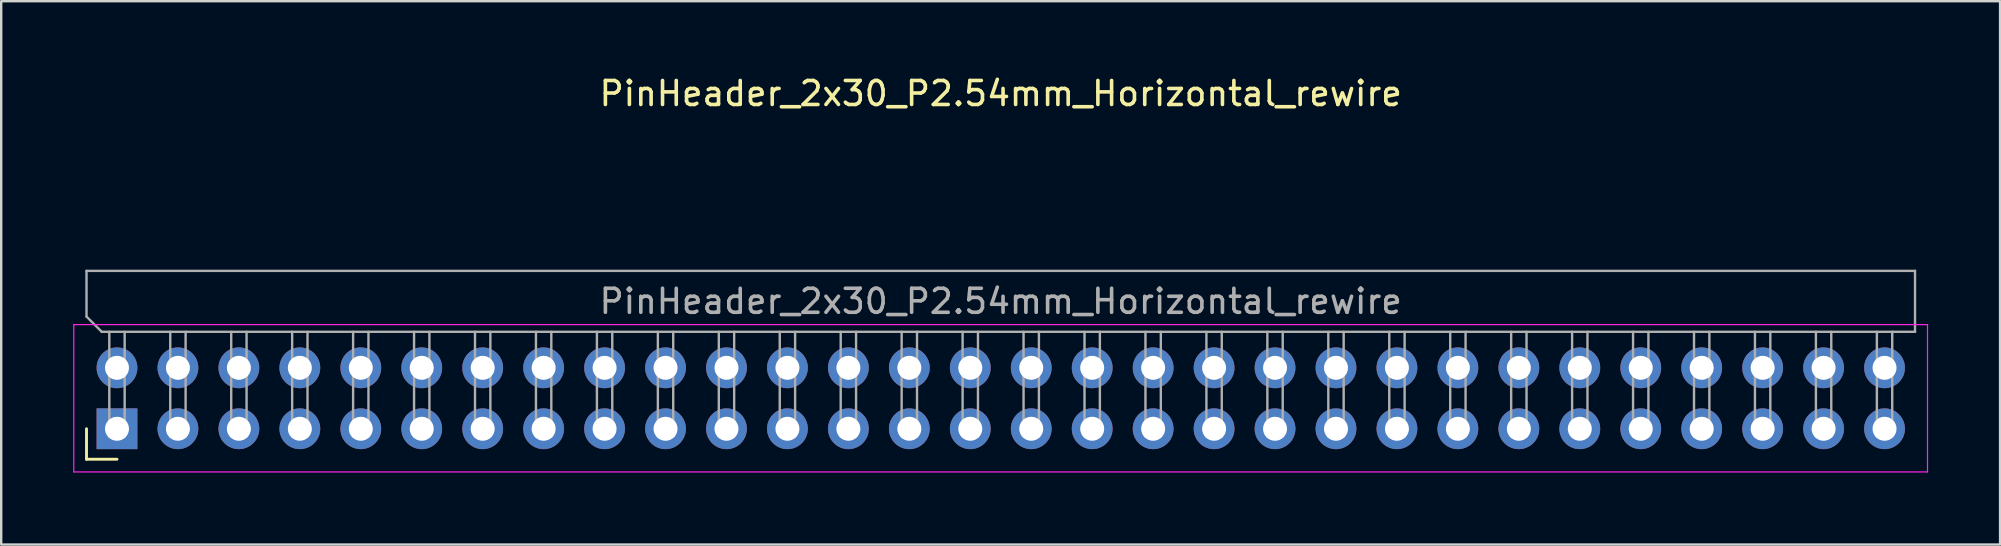
<source format=kicad_pcb>
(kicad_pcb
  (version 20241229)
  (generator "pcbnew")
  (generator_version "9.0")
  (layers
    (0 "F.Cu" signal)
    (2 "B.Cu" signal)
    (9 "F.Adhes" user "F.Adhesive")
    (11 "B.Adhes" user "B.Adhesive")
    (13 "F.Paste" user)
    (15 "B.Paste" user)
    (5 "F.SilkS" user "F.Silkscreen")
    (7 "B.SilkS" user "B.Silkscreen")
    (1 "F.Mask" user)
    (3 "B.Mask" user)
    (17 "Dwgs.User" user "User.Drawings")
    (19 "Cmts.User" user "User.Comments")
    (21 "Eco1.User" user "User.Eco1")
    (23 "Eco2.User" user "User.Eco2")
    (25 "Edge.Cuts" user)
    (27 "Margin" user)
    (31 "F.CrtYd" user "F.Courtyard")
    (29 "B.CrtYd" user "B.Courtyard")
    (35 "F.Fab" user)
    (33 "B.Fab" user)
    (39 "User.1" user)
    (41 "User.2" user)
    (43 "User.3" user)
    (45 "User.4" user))
  (footprint "PinHeader_2x30_P2.54mm_Horizontal_rewire"
    (layer "F.Cu")
    (at 38.655 13.548)
    (property "Reference" "PinHeader_2x30_P2.54mm_Horizontal_rewire" (at 0 -12.7 180) (layer "F.SilkS") (effects (font (size 1 1) (thickness 0.15))))
    (attr through_hole)
    (fp_line (start -38.1 2.54) (end -38.1 1.27) (stroke (width 0.12) (type solid)) (layer "F.SilkS"))
    (fp_line (start -36.83 2.54) (end -38.1 2.54) (stroke (width 0.12) (type solid)) (layer "F.SilkS"))
    (fp_line (start -38.63 -3.07) (end -38.63 3.07) (stroke (width 0.05) (type solid)) (layer "F.CrtYd"))
    (fp_line (start -38.63 3.07) (end 38.62 3.07) (stroke (width 0.05) (type solid)) (layer "F.CrtYd"))
    (fp_line (start 38.62 -3.07) (end -38.63 -3.07) (stroke (width 0.05) (type solid)) (layer "F.CrtYd"))
    (fp_line (start 38.62 3.07) (end 38.62 -3.07) (stroke (width 0.05) (type solid)) (layer "F.CrtYd"))
    (fp_line (start -38.1 -5.31) (end 38.1 -5.31) (stroke (width 0.1) (type solid)) (layer "F.Fab"))
    (fp_line (start -38.1 -3.405) (end -38.1 -5.31) (stroke (width 0.1) (type solid)) (layer "F.Fab"))
    (fp_line (start -37.465 -2.77) (end -38.1 -3.405) (stroke (width 0.1) (type solid)) (layer "F.Fab"))
    (fp_line (start -37.15 1.59) (end -37.15 -2.77) (stroke (width 0.1) (type solid)) (layer "F.Fab"))
    (fp_line (start -37.15 1.59) (end -36.51 1.59) (stroke (width 0.1) (type solid)) (layer "F.Fab"))
    (fp_line (start -36.51 1.59) (end -36.51 -2.77) (stroke (width 0.1) (type solid)) (layer "F.Fab"))
    (fp_line (start -34.61 1.59) (end -34.61 -2.77) (stroke (width 0.1) (type solid)) (layer "F.Fab"))
    (fp_line (start -34.61 1.59) (end -33.97 1.59) (stroke (width 0.1) (type solid)) (layer "F.Fab"))
    (fp_line (start -33.97 1.59) (end -33.97 -2.77) (stroke (width 0.1) (type solid)) (layer "F.Fab"))
    (fp_line (start -32.07 1.59) (end -32.07 -2.77) (stroke (width 0.1) (type solid)) (layer "F.Fab"))
    (fp_line (start -32.07 1.59) (end -31.43 1.59) (stroke (width 0.1) (type solid)) (layer "F.Fab"))
    (fp_line (start -31.43 1.59) (end -31.43 -2.77) (stroke (width 0.1) (type solid)) (layer "F.Fab"))
    (fp_line (start -29.53 1.59) (end -29.53 -2.77) (stroke (width 0.1) (type solid)) (layer "F.Fab"))
    (fp_line (start -29.53 1.59) (end -28.89 1.59) (stroke (width 0.1) (type solid)) (layer "F.Fab"))
    (fp_line (start -28.89 1.59) (end -28.89 -2.77) (stroke (width 0.1) (type solid)) (layer "F.Fab"))
    (fp_line (start -26.99 1.59) (end -26.99 -2.77) (stroke (width 0.1) (type solid)) (layer "F.Fab"))
    (fp_line (start -26.99 1.59) (end -26.35 1.59) (stroke (width 0.1) (type solid)) (layer "F.Fab"))
    (fp_line (start -26.35 1.59) (end -26.35 -2.77) (stroke (width 0.1) (type solid)) (layer "F.Fab"))
    (fp_line (start -24.45 1.59) (end -24.45 -2.77) (stroke (width 0.1) (type solid)) (layer "F.Fab"))
    (fp_line (start -24.45 1.59) (end -23.81 1.59) (stroke (width 0.1) (type solid)) (layer "F.Fab"))
    (fp_line (start -23.81 1.59) (end -23.81 -2.77) (stroke (width 0.1) (type solid)) (layer "F.Fab"))
    (fp_line (start -21.91 1.59) (end -21.91 -2.77) (stroke (width 0.1) (type solid)) (layer "F.Fab"))
    (fp_line (start -21.91 1.59) (end -21.27 1.59) (stroke (width 0.1) (type solid)) (layer "F.Fab"))
    (fp_line (start -21.27 1.59) (end -21.27 -2.77) (stroke (width 0.1) (type solid)) (layer "F.Fab"))
    (fp_line (start -19.37 1.59) (end -19.37 -2.77) (stroke (width 0.1) (type solid)) (layer "F.Fab"))
    (fp_line (start -19.37 1.59) (end -18.73 1.59) (stroke (width 0.1) (type solid)) (layer "F.Fab"))
    (fp_line (start -18.73 1.59) (end -18.73 -2.77) (stroke (width 0.1) (type solid)) (layer "F.Fab"))
    (fp_line (start -16.83 1.59) (end -16.83 -2.77) (stroke (width 0.1) (type solid)) (layer "F.Fab"))
    (fp_line (start -16.83 1.59) (end -16.19 1.59) (stroke (width 0.1) (type solid)) (layer "F.Fab"))
    (fp_line (start -16.19 1.59) (end -16.19 -2.77) (stroke (width 0.1) (type solid)) (layer "F.Fab"))
    (fp_line (start -14.29 1.59) (end -14.29 -2.77) (stroke (width 0.1) (type solid)) (layer "F.Fab"))
    (fp_line (start -14.29 1.59) (end -13.65 1.59) (stroke (width 0.1) (type solid)) (layer "F.Fab"))
    (fp_line (start -13.65 1.59) (end -13.65 -2.77) (stroke (width 0.1) (type solid)) (layer "F.Fab"))
    (fp_line (start -11.75 1.59) (end -11.75 -2.77) (stroke (width 0.1) (type solid)) (layer "F.Fab"))
    (fp_line (start -11.75 1.59) (end -11.11 1.59) (stroke (width 0.1) (type solid)) (layer "F.Fab"))
    (fp_line (start -11.11 1.59) (end -11.11 -2.77) (stroke (width 0.1) (type solid)) (layer "F.Fab"))
    (fp_line (start -9.21 1.59) (end -9.21 -2.77) (stroke (width 0.1) (type solid)) (layer "F.Fab"))
    (fp_line (start -9.21 1.59) (end -8.57 1.59) (stroke (width 0.1) (type solid)) (layer "F.Fab"))
    (fp_line (start -8.57 1.59) (end -8.57 -2.77) (stroke (width 0.1) (type solid)) (layer "F.Fab"))
    (fp_line (start -6.67 1.59) (end -6.67 -2.77) (stroke (width 0.1) (type solid)) (layer "F.Fab"))
    (fp_line (start -6.67 1.59) (end -6.03 1.59) (stroke (width 0.1) (type solid)) (layer "F.Fab"))
    (fp_line (start -6.03 1.59) (end -6.03 -2.77) (stroke (width 0.1) (type solid)) (layer "F.Fab"))
    (fp_line (start -4.13 1.59) (end -4.13 -2.77) (stroke (width 0.1) (type solid)) (layer "F.Fab"))
    (fp_line (start -4.13 1.59) (end -3.49 1.59) (stroke (width 0.1) (type solid)) (layer "F.Fab"))
    (fp_line (start -3.49 1.59) (end -3.49 -2.77) (stroke (width 0.1) (type solid)) (layer "F.Fab"))
    (fp_line (start -1.59 1.59) (end -1.59 -2.77) (stroke (width 0.1) (type solid)) (layer "F.Fab"))
    (fp_line (start -1.59 1.59) (end -0.95 1.59) (stroke (width 0.1) (type solid)) (layer "F.Fab"))
    (fp_line (start -0.95 1.59) (end -0.95 -2.77) (stroke (width 0.1) (type solid)) (layer "F.Fab"))
    (fp_line (start 0.95 1.59) (end 0.95 -2.77) (stroke (width 0.1) (type solid)) (layer "F.Fab"))
    (fp_line (start 0.95 1.59) (end 1.59 1.59) (stroke (width 0.1) (type solid)) (layer "F.Fab"))
    (fp_line (start 1.59 1.59) (end 1.59 -2.77) (stroke (width 0.1) (type solid)) (layer "F.Fab"))
    (fp_line (start 3.49 1.59) (end 3.49 -2.77) (stroke (width 0.1) (type solid)) (layer "F.Fab"))
    (fp_line (start 3.49 1.59) (end 4.13 1.59) (stroke (width 0.1) (type solid)) (layer "F.Fab"))
    (fp_line (start 4.13 1.59) (end 4.13 -2.77) (stroke (width 0.1) (type solid)) (layer "F.Fab"))
    (fp_line (start 6.03 1.59) (end 6.03 -2.77) (stroke (width 0.1) (type solid)) (layer "F.Fab"))
    (fp_line (start 6.03 1.59) (end 6.67 1.59) (stroke (width 0.1) (type solid)) (layer "F.Fab"))
    (fp_line (start 6.67 1.59) (end 6.67 -2.77) (stroke (width 0.1) (type solid)) (layer "F.Fab"))
    (fp_line (start 8.57 1.59) (end 8.57 -2.77) (stroke (width 0.1) (type solid)) (layer "F.Fab"))
    (fp_line (start 8.57 1.59) (end 9.21 1.59) (stroke (width 0.1) (type solid)) (layer "F.Fab"))
    (fp_line (start 9.21 1.59) (end 9.21 -2.77) (stroke (width 0.1) (type solid)) (layer "F.Fab"))
    (fp_line (start 11.11 1.59) (end 11.11 -2.77) (stroke (width 0.1) (type solid)) (layer "F.Fab"))
    (fp_line (start 11.11 1.59) (end 11.75 1.59) (stroke (width 0.1) (type solid)) (layer "F.Fab"))
    (fp_line (start 11.75 1.59) (end 11.75 -2.77) (stroke (width 0.1) (type solid)) (layer "F.Fab"))
    (fp_line (start 13.65 1.59) (end 13.65 -2.77) (stroke (width 0.1) (type solid)) (layer "F.Fab"))
    (fp_line (start 13.65 1.59) (end 14.29 1.59) (stroke (width 0.1) (type solid)) (layer "F.Fab"))
    (fp_line (start 14.29 1.59) (end 14.29 -2.77) (stroke (width 0.1) (type solid)) (layer "F.Fab"))
    (fp_line (start 16.19 1.59) (end 16.19 -2.77) (stroke (width 0.1) (type solid)) (layer "F.Fab"))
    (fp_line (start 16.19 1.59) (end 16.83 1.59) (stroke (width 0.1) (type solid)) (layer "F.Fab"))
    (fp_line (start 16.83 1.59) (end 16.83 -2.77) (stroke (width 0.1) (type solid)) (layer "F.Fab"))
    (fp_line (start 18.73 1.59) (end 18.73 -2.77) (stroke (width 0.1) (type solid)) (layer "F.Fab"))
    (fp_line (start 18.73 1.59) (end 19.37 1.59) (stroke (width 0.1) (type solid)) (layer "F.Fab"))
    (fp_line (start 19.37 1.59) (end 19.37 -2.77) (stroke (width 0.1) (type solid)) (layer "F.Fab"))
    (fp_line (start 21.27 1.59) (end 21.27 -2.77) (stroke (width 0.1) (type solid)) (layer "F.Fab"))
    (fp_line (start 21.27 1.59) (end 21.91 1.59) (stroke (width 0.1) (type solid)) (layer "F.Fab"))
    (fp_line (start 21.91 1.59) (end 21.91 -2.77) (stroke (width 0.1) (type solid)) (layer "F.Fab"))
    (fp_line (start 23.81 1.59) (end 23.81 -2.77) (stroke (width 0.1) (type solid)) (layer "F.Fab"))
    (fp_line (start 23.81 1.59) (end 24.45 1.59) (stroke (width 0.1) (type solid)) (layer "F.Fab"))
    (fp_line (start 24.45 1.59) (end 24.45 -2.77) (stroke (width 0.1) (type solid)) (layer "F.Fab"))
    (fp_line (start 26.35 1.59) (end 26.35 -2.77) (stroke (width 0.1) (type solid)) (layer "F.Fab"))
    (fp_line (start 26.35 1.59) (end 26.99 1.59) (stroke (width 0.1) (type solid)) (layer "F.Fab"))
    (fp_line (start 26.99 1.59) (end 26.99 -2.77) (stroke (width 0.1) (type solid)) (layer "F.Fab"))
    (fp_line (start 28.89 1.59) (end 28.89 -2.77) (stroke (width 0.1) (type solid)) (layer "F.Fab"))
    (fp_line (start 28.89 1.59) (end 29.53 1.59) (stroke (width 0.1) (type solid)) (layer "F.Fab"))
    (fp_line (start 29.53 1.59) (end 29.53 -2.77) (stroke (width 0.1) (type solid)) (layer "F.Fab"))
    (fp_line (start 31.43 1.59) (end 31.43 -2.77) (stroke (width 0.1) (type solid)) (layer "F.Fab"))
    (fp_line (start 31.43 1.59) (end 32.07 1.59) (stroke (width 0.1) (type solid)) (layer "F.Fab"))
    (fp_line (start 32.07 1.59) (end 32.07 -2.77) (stroke (width 0.1) (type solid)) (layer "F.Fab"))
    (fp_line (start 33.97 1.59) (end 33.97 -2.77) (stroke (width 0.1) (type solid)) (layer "F.Fab"))
    (fp_line (start 33.97 1.59) (end 34.61 1.59) (stroke (width 0.1) (type solid)) (layer "F.Fab"))
    (fp_line (start 34.61 1.59) (end 34.61 -2.77) (stroke (width 0.1) (type solid)) (layer "F.Fab"))
    (fp_line (start 36.51 1.59) (end 36.51 -2.77) (stroke (width 0.1) (type solid)) (layer "F.Fab"))
    (fp_line (start 36.51 1.59) (end 37.15 1.59) (stroke (width 0.1) (type solid)) (layer "F.Fab"))
    (fp_line (start 37.15 1.59) (end 37.15 -2.77) (stroke (width 0.1) (type solid)) (layer "F.Fab"))
    (fp_line (start 38.1 -5.31) (end 38.1 -2.77) (stroke (width 0.1) (type solid)) (layer "F.Fab"))
    (fp_line (start 38.1 -2.77) (end -37.465 -2.77) (stroke (width 0.1) (type solid)) (layer "F.Fab"))
    (fp_text user "${REFERENCE}" (at 0 -4.04 180) (layer "F.Fab") (effects (font (size 1 1) (thickness 0.15))))
    (pad "1" thru_hole rect (at -36.83 1.27 90) (size 1.7 1.7) (drill 1) (layers "*.Cu" "*.Mask"))
    (pad "2" thru_hole oval (at -34.29 1.27 90) (size 1.7 1.7) (drill 1) (layers "*.Cu" "*.Mask"))
    (pad "3" thru_hole oval (at -31.75 1.27 90) (size 1.7 1.7) (drill 1) (layers "*.Cu" "*.Mask"))
    (pad "4" thru_hole oval (at -29.21 1.27 90) (size 1.7 1.7) (drill 1) (layers "*.Cu" "*.Mask"))
    (pad "5" thru_hole oval (at -26.67 1.27 90) (size 1.7 1.7) (drill 1) (layers "*.Cu" "*.Mask"))
    (pad "6" thru_hole oval (at -24.13 1.27 90) (size 1.7 1.7) (drill 1) (layers "*.Cu" "*.Mask"))
    (pad "7" thru_hole oval (at -21.59 1.27 90) (size 1.7 1.7) (drill 1) (layers "*.Cu" "*.Mask"))
    (pad "8" thru_hole oval (at -19.05 1.27 90) (size 1.7 1.7) (drill 1) (layers "*.Cu" "*.Mask"))
    (pad "9" thru_hole oval (at -16.51 1.27 90) (size 1.7 1.7) (drill 1) (layers "*.Cu" "*.Mask"))
    (pad "10" thru_hole oval (at -13.97 1.27 90) (size 1.7 1.7) (drill 1) (layers "*.Cu" "*.Mask"))
    (pad "11" thru_hole oval (at -11.43 1.27 90) (size 1.7 1.7) (drill 1) (layers "*.Cu" "*.Mask"))
    (pad "12" thru_hole oval (at -8.89 1.27 90) (size 1.7 1.7) (drill 1) (layers "*.Cu" "*.Mask"))
    (pad "13" thru_hole oval (at -6.35 1.27 90) (size 1.7 1.7) (drill 1) (layers "*.Cu" "*.Mask"))
    (pad "14" thru_hole oval (at -3.81 1.27 90) (size 1.7 1.7) (drill 1) (layers "*.Cu" "*.Mask"))
    (pad "15" thru_hole oval (at -1.27 1.27 90) (size 1.7 1.7) (drill 1) (layers "*.Cu" "*.Mask"))
    (pad "16" thru_hole oval (at 1.27 1.27 90) (size 1.7 1.7) (drill 1) (layers "*.Cu" "*.Mask"))
    (pad "17" thru_hole oval (at 3.81 1.27 90) (size 1.7 1.7) (drill 1) (layers "*.Cu" "*.Mask"))
    (pad "18" thru_hole oval (at 6.35 1.27 90) (size 1.7 1.7) (drill 1) (layers "*.Cu" "*.Mask"))
    (pad "19" thru_hole oval (at 8.89 1.27 90) (size 1.7 1.7) (drill 1) (layers "*.Cu" "*.Mask"))
    (pad "20" thru_hole oval (at 11.43 1.27 90) (size 1.7 1.7) (drill 1) (layers "*.Cu" "*.Mask"))
    (pad "21" thru_hole oval (at 13.97 1.27 90) (size 1.7 1.7) (drill 1) (layers "*.Cu" "*.Mask"))
    (pad "22" thru_hole oval (at 16.51 1.27 90) (size 1.7 1.7) (drill 1) (layers "*.Cu" "*.Mask"))
    (pad "23" thru_hole oval (at 19.05 1.27 90) (size 1.7 1.7) (drill 1) (layers "*.Cu" "*.Mask"))
    (pad "24" thru_hole oval (at 21.59 1.27 90) (size 1.7 1.7) (drill 1) (layers "*.Cu" "*.Mask"))
    (pad "25" thru_hole oval (at 24.13 1.27 90) (size 1.7 1.7) (drill 1) (layers "*.Cu" "*.Mask"))
    (pad "26" thru_hole oval (at 26.67 1.27 90) (size 1.7 1.7) (drill 1) (layers "*.Cu" "*.Mask"))
    (pad "27" thru_hole oval (at 29.21 1.27 90) (size 1.7 1.7) (drill 1) (layers "*.Cu" "*.Mask"))
    (pad "28" thru_hole oval (at 31.75 1.27 90) (size 1.7 1.7) (drill 1) (layers "*.Cu" "*.Mask"))
    (pad "29" thru_hole oval (at 34.29 1.27 90) (size 1.7 1.7) (drill 1) (layers "*.Cu" "*.Mask"))
    (pad "30" thru_hole oval (at 36.83 1.27 90) (size 1.7 1.7) (drill 1) (layers "*.Cu" "*.Mask"))
    (pad "31" thru_hole oval (at -36.83 -1.27 90) (size 1.7 1.7) (drill 1) (layers "*.Cu" "*.Mask"))
    (pad "32" thru_hole oval (at -34.29 -1.27 90) (size 1.7 1.7) (drill 1) (layers "*.Cu" "*.Mask"))
    (pad "33" thru_hole oval (at -31.75 -1.27 90) (size 1.7 1.7) (drill 1) (layers "*.Cu" "*.Mask"))
    (pad "34" thru_hole oval (at -29.21 -1.27 90) (size 1.7 1.7) (drill 1) (layers "*.Cu" "*.Mask"))
    (pad "35" thru_hole oval (at -26.67 -1.27 90) (size 1.7 1.7) (drill 1) (layers "*.Cu" "*.Mask"))
    (pad "36" thru_hole oval (at -24.13 -1.27 90) (size 1.7 1.7) (drill 1) (layers "*.Cu" "*.Mask"))
    (pad "37" thru_hole oval (at -21.59 -1.27 90) (size 1.7 1.7) (drill 1) (layers "*.Cu" "*.Mask"))
    (pad "38" thru_hole oval (at -19.05 -1.27 90) (size 1.7 1.7) (drill 1) (layers "*.Cu" "*.Mask"))
    (pad "39" thru_hole oval (at -16.51 -1.27 90) (size 1.7 1.7) (drill 1) (layers "*.Cu" "*.Mask"))
    (pad "40" thru_hole oval (at -13.97 -1.27 90) (size 1.7 1.7) (drill 1) (layers "*.Cu" "*.Mask"))
    (pad "41" thru_hole oval (at -11.43 -1.27 90) (size 1.7 1.7) (drill 1) (layers "*.Cu" "*.Mask"))
    (pad "42" thru_hole oval (at -8.89 -1.27 90) (size 1.7 1.7) (drill 1) (layers "*.Cu" "*.Mask"))
    (pad "43" thru_hole oval (at -6.35 -1.27 90) (size 1.7 1.7) (drill 1) (layers "*.Cu" "*.Mask"))
    (pad "44" thru_hole oval (at -3.81 -1.27 90) (size 1.7 1.7) (drill 1) (layers "*.Cu" "*.Mask"))
    (pad "45" thru_hole oval (at -1.27 -1.27 90) (size 1.7 1.7) (drill 1) (layers "*.Cu" "*.Mask"))
    (pad "46" thru_hole oval (at 1.27 -1.27 90) (size 1.7 1.7) (drill 1) (layers "*.Cu" "*.Mask"))
    (pad "47" thru_hole oval (at 3.81 -1.27 90) (size 1.7 1.7) (drill 1) (layers "*.Cu" "*.Mask"))
    (pad "48" thru_hole oval (at 6.35 -1.27 90) (size 1.7 1.7) (drill 1) (layers "*.Cu" "*.Mask"))
    (pad "49" thru_hole oval (at 8.89 -1.27 90) (size 1.7 1.7) (drill 1) (layers "*.Cu" "*.Mask"))
    (pad "50" thru_hole oval (at 11.43 -1.27 90) (size 1.7 1.7) (drill 1) (layers "*.Cu" "*.Mask"))
    (pad "51" thru_hole oval (at 13.97 -1.27 90) (size 1.7 1.7) (drill 1) (layers "*.Cu" "*.Mask"))
    (pad "52" thru_hole oval (at 16.51 -1.27 90) (size 1.7 1.7) (drill 1) (layers "*.Cu" "*.Mask"))
    (pad "53" thru_hole oval (at 19.05 -1.27 90) (size 1.7 1.7) (drill 1) (layers "*.Cu" "*.Mask"))
    (pad "54" thru_hole oval (at 21.59 -1.27 90) (size 1.7 1.7) (drill 1) (layers "*.Cu" "*.Mask"))
    (pad "55" thru_hole oval (at 24.13 -1.27 90) (size 1.7 1.7) (drill 1) (layers "*.Cu" "*.Mask"))
    (pad "56" thru_hole oval (at 26.67 -1.27 90) (size 1.7 1.7) (drill 1) (layers "*.Cu" "*.Mask"))
    (pad "57" thru_hole oval (at 29.21 -1.27 90) (size 1.7 1.7) (drill 1) (layers "*.Cu" "*.Mask"))
    (pad "58" thru_hole oval (at 31.75 -1.27 90) (size 1.7 1.7) (drill 1) (layers "*.Cu" "*.Mask"))
    (pad "59" thru_hole oval (at 34.29 -1.27 90) (size 1.7 1.7) (drill 1) (layers "*.Cu" "*.Mask"))
    (pad "60" thru_hole oval (at 36.83 -1.27 90) (size 1.7 1.7) (drill 1) (layers "*.Cu" "*.Mask")))
  (gr_rect
    (start -3 -3)
    (end 80.3 19.643)
    (stroke (width 0.1) (type default))
    (fill no)
    (layer "Edge.Cuts")))
</source>
